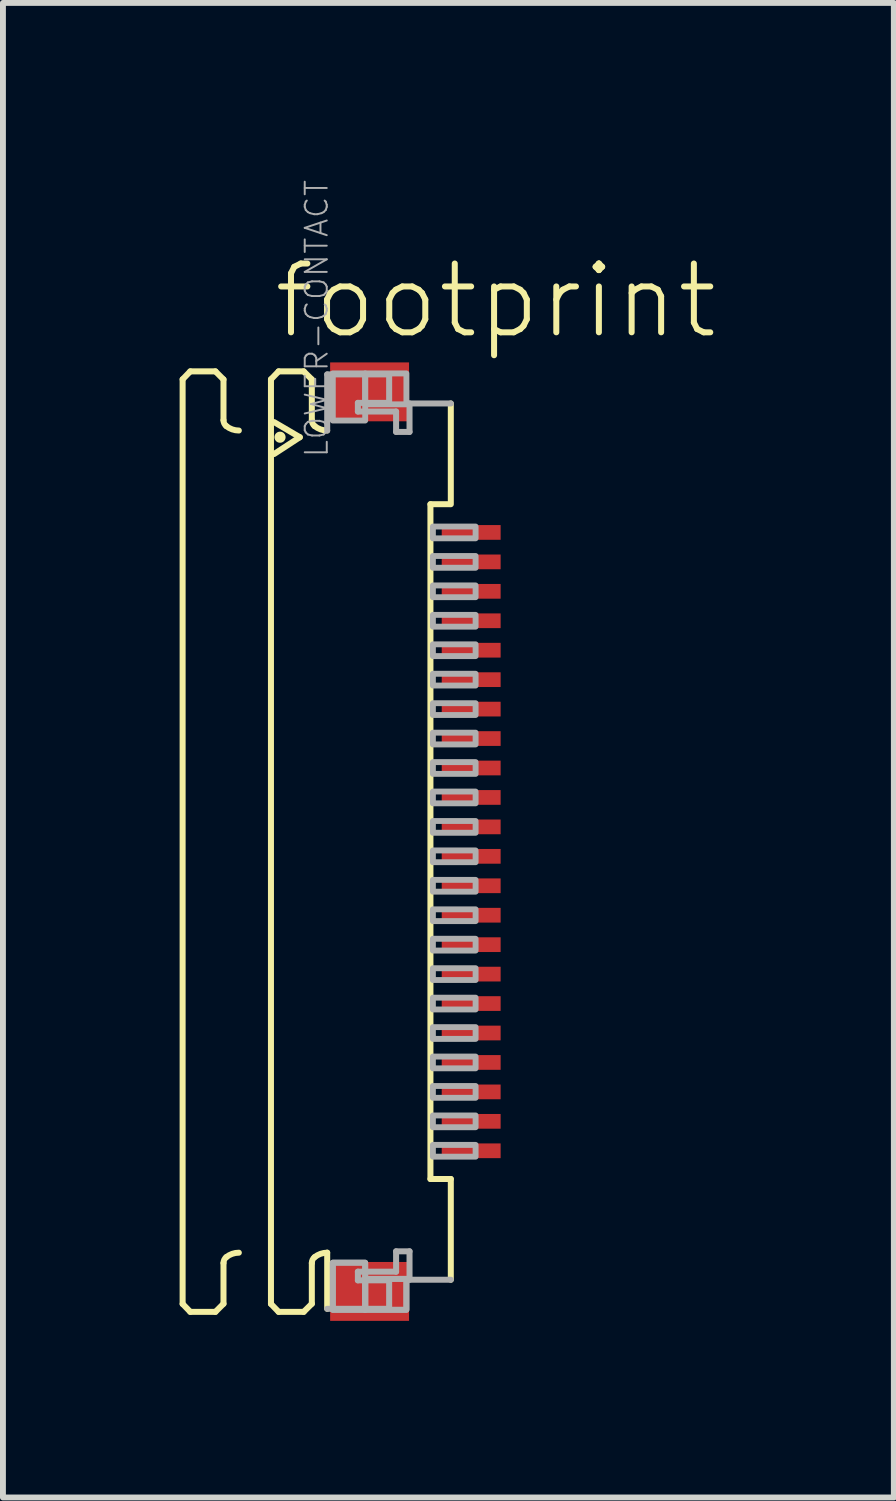
<source format=kicad_pcb>
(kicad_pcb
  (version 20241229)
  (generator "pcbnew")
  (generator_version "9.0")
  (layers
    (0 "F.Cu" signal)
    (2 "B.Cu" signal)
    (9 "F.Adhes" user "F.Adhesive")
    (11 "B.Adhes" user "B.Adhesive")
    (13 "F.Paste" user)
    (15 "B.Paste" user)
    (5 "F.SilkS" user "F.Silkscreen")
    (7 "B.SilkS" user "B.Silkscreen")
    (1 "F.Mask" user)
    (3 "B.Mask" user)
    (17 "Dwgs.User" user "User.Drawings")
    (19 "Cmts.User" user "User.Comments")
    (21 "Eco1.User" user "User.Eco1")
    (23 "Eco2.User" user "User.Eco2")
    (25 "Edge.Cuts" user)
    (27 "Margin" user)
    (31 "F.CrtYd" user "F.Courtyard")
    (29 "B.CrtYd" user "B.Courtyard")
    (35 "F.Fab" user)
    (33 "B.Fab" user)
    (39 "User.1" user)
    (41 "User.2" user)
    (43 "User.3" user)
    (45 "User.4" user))
  (footprint "footprint"
    (layer "F.Cu")
    (at 3.046 11.741)
    (property "Reference" "footprint" (at -1.5 -9 0) (layer "F.SilkS") (effects (font (size 1.168 1.168) (thickness 0.102)) (justify left bottom)))
    (fp_poly (pts (xy 1.355 -5.575) (xy 2.455 -5.575) (xy 2.455 -5.925) (xy 1.355 -5.925)) (stroke (width 0) (type solid)) (fill yes) (layer "F.Mask"))
    (fp_poly (pts (xy 1.355 -5.075) (xy 2.455 -5.075) (xy 2.455 -5.425) (xy 1.355 -5.425)) (stroke (width 0) (type solid)) (fill yes) (layer "F.Mask"))
    (fp_poly (pts (xy 1.355 -4.575) (xy 2.455 -4.575) (xy 2.455 -4.925) (xy 1.355 -4.925)) (stroke (width 0) (type solid)) (fill yes) (layer "F.Mask"))
    (fp_poly (pts (xy 1.355 -4.075) (xy 2.455 -4.075) (xy 2.455 -4.425) (xy 1.355 -4.425)) (stroke (width 0) (type solid)) (fill yes) (layer "F.Mask"))
    (fp_poly (pts (xy 1.355 -3.575) (xy 2.455 -3.575) (xy 2.455 -3.925) (xy 1.355 -3.925)) (stroke (width 0) (type solid)) (fill yes) (layer "F.Mask"))
    (fp_poly (pts (xy 1.355 -3.075) (xy 2.455 -3.075) (xy 2.455 -3.425) (xy 1.355 -3.425)) (stroke (width 0) (type solid)) (fill yes) (layer "F.Mask"))
    (fp_poly (pts (xy 1.355 -2.575) (xy 2.455 -2.575) (xy 2.455 -2.925) (xy 1.355 -2.925)) (stroke (width 0) (type solid)) (fill yes) (layer "F.Mask"))
    (fp_poly (pts (xy 1.355 -2.075) (xy 2.455 -2.075) (xy 2.455 -2.425) (xy 1.355 -2.425)) (stroke (width 0) (type solid)) (fill yes) (layer "F.Mask"))
    (fp_poly (pts (xy 1.355 -1.575) (xy 2.455 -1.575) (xy 2.455 -1.925) (xy 1.355 -1.925)) (stroke (width 0) (type solid)) (fill yes) (layer "F.Mask"))
    (fp_poly (pts (xy 1.355 -1.075) (xy 2.455 -1.075) (xy 2.455 -1.425) (xy 1.355 -1.425)) (stroke (width 0) (type solid)) (fill yes) (layer "F.Mask"))
    (fp_poly (pts (xy 1.355 -0.575) (xy 2.455 -0.575) (xy 2.455 -0.925) (xy 1.355 -0.925)) (stroke (width 0) (type solid)) (fill yes) (layer "F.Mask"))
    (fp_poly (pts (xy 1.355 -0.075) (xy 2.455 -0.075) (xy 2.455 -0.425) (xy 1.355 -0.425)) (stroke (width 0) (type solid)) (fill yes) (layer "F.Mask"))
    (fp_poly (pts (xy 1.355 0.425) (xy 2.455 0.425) (xy 2.455 0.075) (xy 1.355 0.075)) (stroke (width 0) (type solid)) (fill yes) (layer "F.Mask"))
    (fp_poly (pts (xy 1.355 0.925) (xy 2.455 0.925) (xy 2.455 0.575) (xy 1.355 0.575)) (stroke (width 0) (type solid)) (fill yes) (layer "F.Mask"))
    (fp_poly (pts (xy 1.355 1.425) (xy 2.455 1.425) (xy 2.455 1.075) (xy 1.355 1.075)) (stroke (width 0) (type solid)) (fill yes) (layer "F.Mask"))
    (fp_poly (pts (xy 1.355 1.925) (xy 2.455 1.925) (xy 2.455 1.575) (xy 1.355 1.575)) (stroke (width 0) (type solid)) (fill yes) (layer "F.Mask"))
    (fp_poly (pts (xy 1.355 2.425) (xy 2.455 2.425) (xy 2.455 2.075) (xy 1.355 2.075)) (stroke (width 0) (type solid)) (fill yes) (layer "F.Mask"))
    (fp_poly (pts (xy 1.355 2.925) (xy 2.455 2.925) (xy 2.455 2.575) (xy 1.355 2.575)) (stroke (width 0) (type solid)) (fill yes) (layer "F.Mask"))
    (fp_poly (pts (xy 1.355 3.425) (xy 2.455 3.425) (xy 2.455 3.075) (xy 1.355 3.075)) (stroke (width 0) (type solid)) (fill yes) (layer "F.Mask"))
    (fp_poly (pts (xy 1.355 3.925) (xy 2.455 3.925) (xy 2.455 3.575) (xy 1.355 3.575)) (stroke (width 0) (type solid)) (fill yes) (layer "F.Mask"))
    (fp_poly (pts (xy 1.355 4.425) (xy 2.455 4.425) (xy 2.455 4.075) (xy 1.355 4.075)) (stroke (width 0) (type solid)) (fill yes) (layer "F.Mask"))
    (fp_poly (pts (xy 1.355 4.925) (xy 2.455 4.925) (xy 2.455 4.575) (xy 1.355 4.575)) (stroke (width 0) (type solid)) (fill yes) (layer "F.Mask"))
    (fp_line (start -2.995 -8.35) (end -2.865 -8.485) (stroke (width 0.102) (type solid)) (layer "F.SilkS"))
    (fp_line (start -2.995 7.35) (end -2.995 -8.35) (stroke (width 0.102) (type solid)) (layer "F.SilkS"))
    (fp_line (start -2.995 7.35) (end -2.865 7.485) (stroke (width 0.102) (type solid)) (layer "F.SilkS"))
    (fp_line (start -2.865 -8.485) (end -2.438 -8.485) (stroke (width 0.102) (type solid)) (layer "F.SilkS"))
    (fp_line (start -2.865 7.485) (end -2.438 7.485) (stroke (width 0.102) (type solid)) (layer "F.SilkS"))
    (fp_line (start -2.438 -8.485) (end -2.301 -8.348) (stroke (width 0.102) (type solid)) (layer "F.SilkS"))
    (fp_line (start -2.438 7.485) (end -2.301 7.348) (stroke (width 0.102) (type solid)) (layer "F.SilkS"))
    (fp_line (start -2.301 -8.348) (end -2.301 -7.656) (stroke (width 0.102) (type solid)) (layer "F.SilkS"))
    (fp_line (start -2.301 7.348) (end -2.301 6.656) (stroke (width 0.102) (type solid)) (layer "F.SilkS"))
    (fp_line (start -1.495 -8.35) (end -1.365 -8.485) (stroke (width 0.102) (type solid)) (layer "F.SilkS"))
    (fp_line (start -1.495 7.35) (end -1.495 -8.35) (stroke (width 0.102) (type solid)) (layer "F.SilkS"))
    (fp_line (start -1.495 7.35) (end -1.365 7.485) (stroke (width 0.102) (type solid)) (layer "F.SilkS"))
    (fp_line (start -1.441 -7.623) (end -1.005 -7.367) (stroke (width 0.102) (type solid)) (layer "F.SilkS"))
    (fp_line (start -1.365 -8.485) (end -0.939 -8.485) (stroke (width 0.102) (type solid)) (layer "F.SilkS"))
    (fp_line (start -1.365 7.485) (end -0.939 7.485) (stroke (width 0.102) (type solid)) (layer "F.SilkS"))
    (fp_line (start -1.005 -7.367) (end -1.441 -7.082) (stroke (width 0.102) (type solid)) (layer "F.SilkS"))
    (fp_line (start -0.939 -8.485) (end -0.801 -8.348) (stroke (width 0.102) (type solid)) (layer "F.SilkS"))
    (fp_line (start -0.939 7.485) (end -0.801 7.348) (stroke (width 0.102) (type solid)) (layer "F.SilkS"))
    (fp_line (start -0.801 -8.348) (end -0.801 -7.656) (stroke (width 0.102) (type solid)) (layer "F.SilkS"))
    (fp_line (start -0.801 7.348) (end -0.801 6.656) (stroke (width 0.102) (type solid)) (layer "F.SilkS"))
    (fp_line (start -0.54 6.48) (end -0.54 7.433) (stroke (width 0.102) (type solid)) (layer "F.SilkS"))
    (fp_line (start 1.213 5.229) (end 1.213 -6.229) (stroke (width 0.102) (type solid)) (layer "F.SilkS"))
    (fp_line (start 1.538 -6.229) (end 1.213 -6.229) (stroke (width 0.102) (type solid)) (layer "F.SilkS"))
    (fp_line (start 1.559 -7.94) (end 1.559 -6.229) (stroke (width 0.102) (type solid)) (layer "F.SilkS"))
    (fp_line (start 1.559 5.229) (end 1.213 5.229) (stroke (width 0.102) (type solid)) (layer "F.SilkS"))
    (fp_line (start 1.559 6.94) (end 1.559 5.229) (stroke (width 0.102) (type solid)) (layer "F.SilkS"))
    (fp_arc (start -2.301 6.6557) (mid -2.288538 6.600596) (end -2.2536 6.556199) (stroke (width 0.1016) (type solid)) (layer "F.SilkS"))
    (fp_arc (start -2.2536 -7.556199) (mid -2.288538 -7.600596) (end -2.301 -7.6557) (stroke (width 0.1016) (type solid)) (layer "F.SilkS"))
    (fp_arc (start -2.2536 6.5562) (mid -2.153476 6.499935) (end -2.0403 6.480399) (stroke (width 0.1016) (type solid)) (layer "F.SilkS"))
    (fp_arc (start -2.0403 -7.480399) (mid -2.153476 -7.499935) (end -2.2536 -7.5562) (stroke (width 0.1016) (type solid)) (layer "F.SilkS"))
    (fp_arc (start -0.801 6.6557) (mid -0.788538 6.600596) (end -0.7536 6.556199) (stroke (width 0.1016) (type solid)) (layer "F.SilkS"))
    (fp_arc (start -0.7536 -7.556199) (mid -0.788538 -7.600596) (end -0.801 -7.6557) (stroke (width 0.1016) (type solid)) (layer "F.SilkS"))
    (fp_arc (start -0.7536 6.5562) (mid -0.653476 6.499935) (end -0.5403 6.480399) (stroke (width 0.1016) (type solid)) (layer "F.SilkS"))
    (fp_arc (start -0.5403 -7.480399) (mid -0.653476 -7.499935) (end -0.7536 -7.5562) (stroke (width 0.1016) (type solid)) (layer "F.SilkS"))
    (fp_circle (center -1.341 -7.367) (end -1.294 -7.367) (stroke (width 0.095) (type solid)) (fill yes) (layer "F.SilkS"))
    (fp_line (start -0.54 -8.433) (end 0.512 -8.433) (stroke (width 0.102) (type solid)) (layer "F.Fab"))
    (fp_line (start -0.54 -7.48) (end -0.54 -8.433) (stroke (width 0.102) (type solid)) (layer "F.Fab"))
    (fp_line (start -0.54 7.433) (end 0.512 7.433) (stroke (width 0.102) (type solid)) (layer "F.Fab"))
    (fp_line (start -0.019 -7.95) (end -0.019 -7.803) (stroke (width 0.102) (type solid)) (layer "F.Fab"))
    (fp_line (start -0.019 -7.803) (end 0.63 -7.803) (stroke (width 0.102) (type solid)) (layer "F.Fab"))
    (fp_line (start -0.019 6.803) (end 0.63 6.803) (stroke (width 0.102) (type solid)) (layer "F.Fab"))
    (fp_line (start -0.019 6.95) (end -0.019 6.803) (stroke (width 0.102) (type solid)) (layer "F.Fab"))
    (fp_line (start 0.512 -8.433) (end 0.512 -7.95) (stroke (width 0.102) (type solid)) (layer "F.Fab"))
    (fp_line (start 0.512 -7.95) (end -0.019 -7.95) (stroke (width 0.102) (type solid)) (layer "F.Fab"))
    (fp_line (start 0.512 6.95) (end -0.019 6.95) (stroke (width 0.102) (type solid)) (layer "F.Fab"))
    (fp_line (start 0.512 7.433) (end 0.512 6.95) (stroke (width 0.102) (type solid)) (layer "F.Fab"))
    (fp_line (start 0.63 -7.803) (end 0.63 -7.457) (stroke (width 0.102) (type solid)) (layer "F.Fab"))
    (fp_line (start 0.63 -7.457) (end 0.858 -7.457) (stroke (width 0.102) (type solid)) (layer "F.Fab"))
    (fp_line (start 0.63 6.457) (end 0.858 6.457) (stroke (width 0.102) (type solid)) (layer "F.Fab"))
    (fp_line (start 0.63 6.803) (end 0.63 6.457) (stroke (width 0.102) (type solid)) (layer "F.Fab"))
    (fp_line (start 0.858 -7.94) (end 1.559 -7.94) (stroke (width 0.102) (type solid)) (layer "F.Fab"))
    (fp_line (start 0.858 -7.457) (end 0.858 -7.94) (stroke (width 0.102) (type solid)) (layer "F.Fab"))
    (fp_line (start 0.858 6.457) (end 0.858 6.94) (stroke (width 0.102) (type solid)) (layer "F.Fab"))
    (fp_line (start 0.858 6.94) (end 1.559 6.94) (stroke (width 0.102) (type solid)) (layer "F.Fab"))
    (fp_poly (pts (xy -0.445 -7.65) (xy 0.105 -7.65) (xy 0.105 -8.45) (xy -0.445 -8.45)) (stroke (width 0.1) (type solid)) (fill no) (layer "F.Fab"))
    (fp_poly (pts (xy -0.445 7.45) (xy 0.105 7.45) (xy 0.105 6.65) (xy -0.445 6.65)) (stroke (width 0.1) (type solid)) (fill no) (layer "F.Fab"))
    (fp_poly (pts (xy -0.445 7.45) (xy 0.105 7.45) (xy 0.105 6.65) (xy -0.445 6.65)) (stroke (width 0.1) (type solid)) (fill no) (layer "F.Fab"))
    (fp_poly (pts (xy 0.105 -7.925) (xy 0.805 -7.925) (xy 0.805 -8.45) (xy 0.105 -8.45)) (stroke (width 0.1) (type solid)) (fill no) (layer "F.Fab"))
    (fp_poly (pts (xy 0.105 7.45) (xy 0.805 7.45) (xy 0.805 6.925) (xy 0.105 6.925)) (stroke (width 0.1) (type solid)) (fill no) (layer "F.Fab"))
    (fp_poly (pts (xy 0.105 7.45) (xy 0.805 7.45) (xy 0.805 6.925) (xy 0.105 6.925)) (stroke (width 0.1) (type solid)) (fill no) (layer "F.Fab"))
    (fp_poly (pts (xy 1.255 -5.65) (xy 1.98 -5.65) (xy 1.98 -5.85) (xy 1.255 -5.85)) (stroke (width 0.1) (type solid)) (fill no) (layer "F.Fab"))
    (fp_poly (pts (xy 1.255 -5.15) (xy 1.98 -5.15) (xy 1.98 -5.35) (xy 1.255 -5.35)) (stroke (width 0.1) (type solid)) (fill no) (layer "F.Fab"))
    (fp_poly (pts (xy 1.255 -4.65) (xy 1.98 -4.65) (xy 1.98 -4.85) (xy 1.255 -4.85)) (stroke (width 0.1) (type solid)) (fill no) (layer "F.Fab"))
    (fp_poly (pts (xy 1.255 -4.15) (xy 1.98 -4.15) (xy 1.98 -4.35) (xy 1.255 -4.35)) (stroke (width 0.1) (type solid)) (fill no) (layer "F.Fab"))
    (fp_poly (pts (xy 1.255 -3.65) (xy 1.98 -3.65) (xy 1.98 -3.85) (xy 1.255 -3.85)) (stroke (width 0.1) (type solid)) (fill no) (layer "F.Fab"))
    (fp_poly (pts (xy 1.255 -3.15) (xy 1.98 -3.15) (xy 1.98 -3.35) (xy 1.255 -3.35)) (stroke (width 0.1) (type solid)) (fill no) (layer "F.Fab"))
    (fp_poly (pts (xy 1.255 -2.65) (xy 1.98 -2.65) (xy 1.98 -2.85) (xy 1.255 -2.85)) (stroke (width 0.1) (type solid)) (fill no) (layer "F.Fab"))
    (fp_poly (pts (xy 1.255 -2.15) (xy 1.98 -2.15) (xy 1.98 -2.35) (xy 1.255 -2.35)) (stroke (width 0.1) (type solid)) (fill no) (layer "F.Fab"))
    (fp_poly (pts (xy 1.255 -1.65) (xy 1.98 -1.65) (xy 1.98 -1.85) (xy 1.255 -1.85)) (stroke (width 0.1) (type solid)) (fill no) (layer "F.Fab"))
    (fp_poly (pts (xy 1.255 -1.15) (xy 1.98 -1.15) (xy 1.98 -1.35) (xy 1.255 -1.35)) (stroke (width 0.1) (type solid)) (fill no) (layer "F.Fab"))
    (fp_poly (pts (xy 1.255 -0.65) (xy 1.98 -0.65) (xy 1.98 -0.85) (xy 1.255 -0.85)) (stroke (width 0.1) (type solid)) (fill no) (layer "F.Fab"))
    (fp_poly (pts (xy 1.255 -0.15) (xy 1.98 -0.15) (xy 1.98 -0.35) (xy 1.255 -0.35)) (stroke (width 0.1) (type solid)) (fill no) (layer "F.Fab"))
    (fp_poly (pts (xy 1.255 0.35) (xy 1.98 0.35) (xy 1.98 0.15) (xy 1.255 0.15)) (stroke (width 0.1) (type solid)) (fill no) (layer "F.Fab"))
    (fp_poly (pts (xy 1.255 0.85) (xy 1.98 0.85) (xy 1.98 0.65) (xy 1.255 0.65)) (stroke (width 0.1) (type solid)) (fill no) (layer "F.Fab"))
    (fp_poly (pts (xy 1.255 1.35) (xy 1.98 1.35) (xy 1.98 1.15) (xy 1.255 1.15)) (stroke (width 0.1) (type solid)) (fill no) (layer "F.Fab"))
    (fp_poly (pts (xy 1.255 1.85) (xy 1.98 1.85) (xy 1.98 1.65) (xy 1.255 1.65)) (stroke (width 0.1) (type solid)) (fill no) (layer "F.Fab"))
    (fp_poly (pts (xy 1.255 2.35) (xy 1.98 2.35) (xy 1.98 2.15) (xy 1.255 2.15)) (stroke (width 0.1) (type solid)) (fill no) (layer "F.Fab"))
    (fp_poly (pts (xy 1.255 2.85) (xy 1.98 2.85) (xy 1.98 2.65) (xy 1.255 2.65)) (stroke (width 0.1) (type solid)) (fill no) (layer "F.Fab"))
    (fp_poly (pts (xy 1.255 3.35) (xy 1.98 3.35) (xy 1.98 3.15) (xy 1.255 3.15)) (stroke (width 0.1) (type solid)) (fill no) (layer "F.Fab"))
    (fp_poly (pts (xy 1.255 3.85) (xy 1.98 3.85) (xy 1.98 3.65) (xy 1.255 3.65)) (stroke (width 0.1) (type solid)) (fill no) (layer "F.Fab"))
    (fp_poly (pts (xy 1.255 4.35) (xy 1.98 4.35) (xy 1.98 4.15) (xy 1.255 4.15)) (stroke (width 0.1) (type solid)) (fill no) (layer "F.Fab"))
    (fp_poly (pts (xy 1.255 4.85) (xy 1.98 4.85) (xy 1.98 4.65) (xy 1.255 4.65)) (stroke (width 0.1) (type solid)) (fill no) (layer "F.Fab"))
    (fp_text user "LOWER-CONTACT" (at -0.5 -7 270) (layer "F.Fab") (effects (font (size 0.374 0.374) (thickness 0.033)) (justify left bottom)))
    (pad "1" smd rect (at 1.905 -5.75) (size 1 0.25) (layers "F.Cu" "F.Paste"))
    (pad "2" smd rect (at 1.905 -5.25) (size 1 0.25) (layers "F.Cu" "F.Paste"))
    (pad "3" smd rect (at 1.905 -4.75) (size 1 0.25) (layers "F.Cu" "F.Paste"))
    (pad "4" smd rect (at 1.905 -4.25) (size 1 0.25) (layers "F.Cu" "F.Paste"))
    (pad "5" smd rect (at 1.905 -3.75) (size 1 0.25) (layers "F.Cu" "F.Paste"))
    (pad "6" smd rect (at 1.905 -3.25) (size 1 0.25) (layers "F.Cu" "F.Paste"))
    (pad "7" smd rect (at 1.905 -2.75) (size 1 0.25) (layers "F.Cu" "F.Paste"))
    (pad "8" smd rect (at 1.905 -2.25) (size 1 0.25) (layers "F.Cu" "F.Paste"))
    (pad "9" smd rect (at 1.905 -1.75) (size 1 0.25) (layers "F.Cu" "F.Paste"))
    (pad "10" smd rect (at 1.905 -1.25) (size 1 0.25) (layers "F.Cu" "F.Paste"))
    (pad "11" smd rect (at 1.905 -0.75) (size 1 0.25) (layers "F.Cu" "F.Paste"))
    (pad "12" smd rect (at 1.905 -0.25) (size 1 0.25) (layers "F.Cu" "F.Paste"))
    (pad "13" smd rect (at 1.905 0.25) (size 1 0.25) (layers "F.Cu" "F.Paste"))
    (pad "14" smd rect (at 1.905 0.75) (size 1 0.25) (layers "F.Cu" "F.Paste"))
    (pad "15" smd rect (at 1.905 1.25) (size 1 0.25) (layers "F.Cu" "F.Paste"))
    (pad "16" smd rect (at 1.905 1.75) (size 1 0.25) (layers "F.Cu" "F.Paste"))
    (pad "17" smd rect (at 1.905 2.25) (size 1 0.25) (layers "F.Cu" "F.Paste"))
    (pad "18" smd rect (at 1.905 2.75) (size 1 0.25) (layers "F.Cu" "F.Paste"))
    (pad "19" smd rect (at 1.905 3.25) (size 1 0.25) (layers "F.Cu" "F.Paste"))
    (pad "20" smd rect (at 1.905 3.75) (size 1 0.25) (layers "F.Cu" "F.Paste"))
    (pad "21" smd rect (at 1.905 4.25) (size 1 0.25) (layers "F.Cu" "F.Paste"))
    (pad "22" smd rect (at 1.905 4.75) (size 1 0.25) (layers "F.Cu" "F.Paste"))
    (pad "M1" smd rect (at 0.18 -8.137) (size 1.34 1) (layers "F.Cu" "F.Mask" "F.Paste"))
    (pad "M2" smd rect (at 0.18 7.138) (size 1.34 1) (layers "F.Cu" "F.Mask" "F.Paste")))
  (gr_rect
    (start -3 -3)
    (end 12.128 22.378)
    (stroke (width 0.1) (type default))
    (fill no)
    (layer "Edge.Cuts")))
</source>
